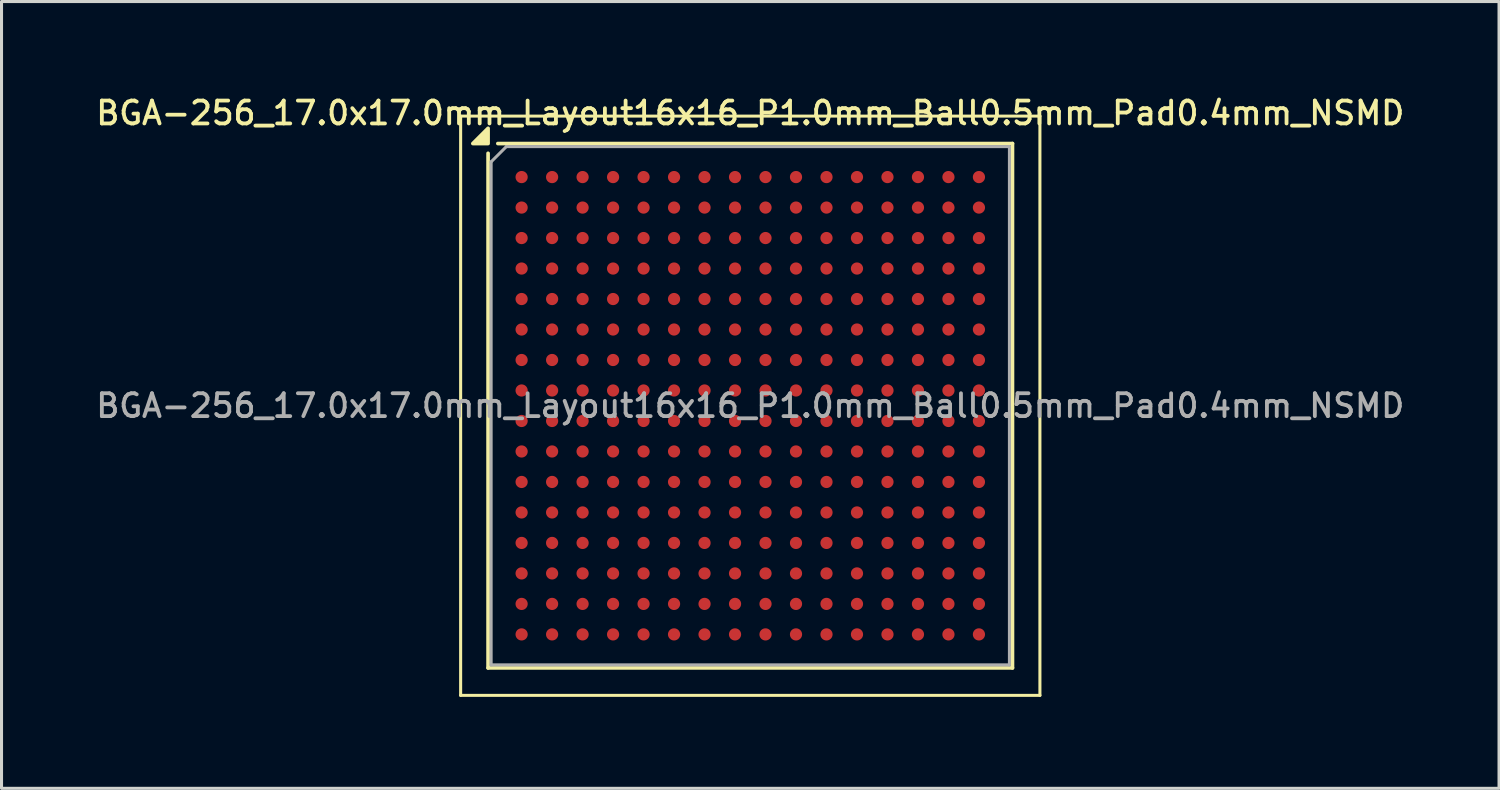
<source format=kicad_pcb>
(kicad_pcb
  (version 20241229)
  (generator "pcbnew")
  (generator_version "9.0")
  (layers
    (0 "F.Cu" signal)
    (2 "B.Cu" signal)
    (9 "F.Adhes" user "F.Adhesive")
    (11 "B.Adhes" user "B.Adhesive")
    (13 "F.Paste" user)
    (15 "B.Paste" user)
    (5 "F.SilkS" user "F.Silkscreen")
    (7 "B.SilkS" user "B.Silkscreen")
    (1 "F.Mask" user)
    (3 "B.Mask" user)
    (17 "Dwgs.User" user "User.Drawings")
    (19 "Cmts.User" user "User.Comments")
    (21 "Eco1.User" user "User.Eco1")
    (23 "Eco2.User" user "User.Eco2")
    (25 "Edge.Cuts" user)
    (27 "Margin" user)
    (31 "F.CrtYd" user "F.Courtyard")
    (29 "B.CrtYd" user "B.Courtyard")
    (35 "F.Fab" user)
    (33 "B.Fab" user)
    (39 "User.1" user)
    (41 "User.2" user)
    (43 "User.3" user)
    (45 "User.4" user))
  (footprint "BGA-256_17.0x17.0mm_Layout16x16_P1.0mm_Ball0.5mm_Pad0.4mm_NSMD"
    (layer "F.Cu")
    (at 21.559 10.258)
    (property "Reference" "BGA-256_17.0x17.0mm_Layout16x16_P1.0mm_Ball0.5mm_Pad0.4mm_NSMD" (at 0 -9.6 0) (layer "F.SilkS") (effects (font (size 0.75 0.75) (thickness 0.125))))
    (attr smd)
    (fp_line (start -9.5 -9.5) (end -9.5 9.5) (stroke (width 0.1) (type solid)) (layer "F.SilkS"))
    (fp_line (start -9.5 -9.5) (end 9.5 -9.5) (stroke (width 0.1) (type solid)) (layer "F.SilkS"))
    (fp_line (start -8.6 -8.28) (end -8.6 8.6) (stroke (width 0.12) (type solid)) (layer "F.SilkS"))
    (fp_line (start -8.6 8.6) (end 8.6 8.6) (stroke (width 0.12) (type solid)) (layer "F.SilkS"))
    (fp_line (start 8.6 -8.6) (end -8.28 -8.6) (stroke (width 0.12) (type solid)) (layer "F.SilkS"))
    (fp_line (start 8.6 8.6) (end 8.6 -8.6) (stroke (width 0.12) (type solid)) (layer "F.SilkS"))
    (fp_line (start 9.5 9.5) (end -9.5 9.5) (stroke (width 0.1) (type solid)) (layer "F.SilkS"))
    (fp_line (start 9.5 9.5) (end 9.5 -9.5) (stroke (width 0.1) (type solid)) (layer "F.SilkS"))
    (fp_poly (pts (xy -8.6 -8.6) (xy -9.1 -8.6) (xy -8.6 -9.1) (xy -8.6 -8.6)) (stroke (width 0.12) (type solid)) (fill yes) (layer "F.SilkS"))
    (fp_line (start -8.5 -8) (end -8.5 8.5) (stroke (width 0.1) (type solid)) (layer "F.Fab"))
    (fp_line (start -8.5 8.5) (end 8.5 8.5) (stroke (width 0.1) (type solid)) (layer "F.Fab"))
    (fp_line (start -8 -8.5) (end -8.5 -8) (stroke (width 0.1) (type solid)) (layer "F.Fab"))
    (fp_line (start 8.5 -8.5) (end -8 -8.5) (stroke (width 0.1) (type solid)) (layer "F.Fab"))
    (fp_line (start 8.5 8.5) (end 8.5 -8.5) (stroke (width 0.1) (type solid)) (layer "F.Fab"))
    (fp_text user "${REFERENCE}" (at 0 0 0) (layer "F.Fab") (effects (font (size 0.75 0.75) (thickness 0.125))))
    (pad "A1" smd circle (at -7.5 -7.5) (size 0.4 0.4) (property pad_prop_bga) (layers "F.Cu" "F.Mask" "F.Paste"))
    (pad "A2" smd circle (at -6.5 -7.5) (size 0.4 0.4) (property pad_prop_bga) (layers "F.Cu" "F.Mask" "F.Paste"))
    (pad "A3" smd circle (at -5.5 -7.5) (size 0.4 0.4) (property pad_prop_bga) (layers "F.Cu" "F.Mask" "F.Paste"))
    (pad "A4" smd circle (at -4.5 -7.5) (size 0.4 0.4) (property pad_prop_bga) (layers "F.Cu" "F.Mask" "F.Paste"))
    (pad "A5" smd circle (at -3.5 -7.5) (size 0.4 0.4) (property pad_prop_bga) (layers "F.Cu" "F.Mask" "F.Paste"))
    (pad "A6" smd circle (at -2.5 -7.5) (size 0.4 0.4) (property pad_prop_bga) (layers "F.Cu" "F.Mask" "F.Paste"))
    (pad "A7" smd circle (at -1.5 -7.5) (size 0.4 0.4) (property pad_prop_bga) (layers "F.Cu" "F.Mask" "F.Paste"))
    (pad "A8" smd circle (at -0.5 -7.5) (size 0.4 0.4) (property pad_prop_bga) (layers "F.Cu" "F.Mask" "F.Paste"))
    (pad "A9" smd circle (at 0.5 -7.5) (size 0.4 0.4) (property pad_prop_bga) (layers "F.Cu" "F.Mask" "F.Paste"))
    (pad "A10" smd circle (at 1.5 -7.5) (size 0.4 0.4) (property pad_prop_bga) (layers "F.Cu" "F.Mask" "F.Paste"))
    (pad "A11" smd circle (at 2.5 -7.5) (size 0.4 0.4) (property pad_prop_bga) (layers "F.Cu" "F.Mask" "F.Paste"))
    (pad "A12" smd circle (at 3.5 -7.5) (size 0.4 0.4) (property pad_prop_bga) (layers "F.Cu" "F.Mask" "F.Paste"))
    (pad "A13" smd circle (at 4.5 -7.5) (size 0.4 0.4) (property pad_prop_bga) (layers "F.Cu" "F.Mask" "F.Paste"))
    (pad "A14" smd circle (at 5.5 -7.5) (size 0.4 0.4) (property pad_prop_bga) (layers "F.Cu" "F.Mask" "F.Paste"))
    (pad "A15" smd circle (at 6.5 -7.5) (size 0.4 0.4) (property pad_prop_bga) (layers "F.Cu" "F.Mask" "F.Paste"))
    (pad "A16" smd circle (at 7.5 -7.5) (size 0.4 0.4) (property pad_prop_bga) (layers "F.Cu" "F.Mask" "F.Paste"))
    (pad "B1" smd circle (at -7.5 -6.5) (size 0.4 0.4) (property pad_prop_bga) (layers "F.Cu" "F.Mask" "F.Paste"))
    (pad "B2" smd circle (at -6.5 -6.5) (size 0.4 0.4) (property pad_prop_bga) (layers "F.Cu" "F.Mask" "F.Paste"))
    (pad "B3" smd circle (at -5.5 -6.5) (size 0.4 0.4) (property pad_prop_bga) (layers "F.Cu" "F.Mask" "F.Paste"))
    (pad "B4" smd circle (at -4.5 -6.5) (size 0.4 0.4) (property pad_prop_bga) (layers "F.Cu" "F.Mask" "F.Paste"))
    (pad "B5" smd circle (at -3.5 -6.5) (size 0.4 0.4) (property pad_prop_bga) (layers "F.Cu" "F.Mask" "F.Paste"))
    (pad "B6" smd circle (at -2.5 -6.5) (size 0.4 0.4) (property pad_prop_bga) (layers "F.Cu" "F.Mask" "F.Paste"))
    (pad "B7" smd circle (at -1.5 -6.5) (size 0.4 0.4) (property pad_prop_bga) (layers "F.Cu" "F.Mask" "F.Paste"))
    (pad "B8" smd circle (at -0.5 -6.5) (size 0.4 0.4) (property pad_prop_bga) (layers "F.Cu" "F.Mask" "F.Paste"))
    (pad "B9" smd circle (at 0.5 -6.5) (size 0.4 0.4) (property pad_prop_bga) (layers "F.Cu" "F.Mask" "F.Paste"))
    (pad "B10" smd circle (at 1.5 -6.5) (size 0.4 0.4) (property pad_prop_bga) (layers "F.Cu" "F.Mask" "F.Paste"))
    (pad "B11" smd circle (at 2.5 -6.5) (size 0.4 0.4) (property pad_prop_bga) (layers "F.Cu" "F.Mask" "F.Paste"))
    (pad "B12" smd circle (at 3.5 -6.5) (size 0.4 0.4) (property pad_prop_bga) (layers "F.Cu" "F.Mask" "F.Paste"))
    (pad "B13" smd circle (at 4.5 -6.5) (size 0.4 0.4) (property pad_prop_bga) (layers "F.Cu" "F.Mask" "F.Paste"))
    (pad "B14" smd circle (at 5.5 -6.5) (size 0.4 0.4) (property pad_prop_bga) (layers "F.Cu" "F.Mask" "F.Paste"))
    (pad "B15" smd circle (at 6.5 -6.5) (size 0.4 0.4) (property pad_prop_bga) (layers "F.Cu" "F.Mask" "F.Paste"))
    (pad "B16" smd circle (at 7.5 -6.5) (size 0.4 0.4) (property pad_prop_bga) (layers "F.Cu" "F.Mask" "F.Paste"))
    (pad "C1" smd circle (at -7.5 -5.5) (size 0.4 0.4) (property pad_prop_bga) (layers "F.Cu" "F.Mask" "F.Paste"))
    (pad "C2" smd circle (at -6.5 -5.5) (size 0.4 0.4) (property pad_prop_bga) (layers "F.Cu" "F.Mask" "F.Paste"))
    (pad "C3" smd circle (at -5.5 -5.5) (size 0.4 0.4) (property pad_prop_bga) (layers "F.Cu" "F.Mask" "F.Paste"))
    (pad "C4" smd circle (at -4.5 -5.5) (size 0.4 0.4) (property pad_prop_bga) (layers "F.Cu" "F.Mask" "F.Paste"))
    (pad "C5" smd circle (at -3.5 -5.5) (size 0.4 0.4) (property pad_prop_bga) (layers "F.Cu" "F.Mask" "F.Paste"))
    (pad "C6" smd circle (at -2.5 -5.5) (size 0.4 0.4) (property pad_prop_bga) (layers "F.Cu" "F.Mask" "F.Paste"))
    (pad "C7" smd circle (at -1.5 -5.5) (size 0.4 0.4) (property pad_prop_bga) (layers "F.Cu" "F.Mask" "F.Paste"))
    (pad "C8" smd circle (at -0.5 -5.5) (size 0.4 0.4) (property pad_prop_bga) (layers "F.Cu" "F.Mask" "F.Paste"))
    (pad "C9" smd circle (at 0.5 -5.5) (size 0.4 0.4) (property pad_prop_bga) (layers "F.Cu" "F.Mask" "F.Paste"))
    (pad "C10" smd circle (at 1.5 -5.5) (size 0.4 0.4) (property pad_prop_bga) (layers "F.Cu" "F.Mask" "F.Paste"))
    (pad "C11" smd circle (at 2.5 -5.5) (size 0.4 0.4) (property pad_prop_bga) (layers "F.Cu" "F.Mask" "F.Paste"))
    (pad "C12" smd circle (at 3.5 -5.5) (size 0.4 0.4) (property pad_prop_bga) (layers "F.Cu" "F.Mask" "F.Paste"))
    (pad "C13" smd circle (at 4.5 -5.5) (size 0.4 0.4) (property pad_prop_bga) (layers "F.Cu" "F.Mask" "F.Paste"))
    (pad "C14" smd circle (at 5.5 -5.5) (size 0.4 0.4) (property pad_prop_bga) (layers "F.Cu" "F.Mask" "F.Paste"))
    (pad "C15" smd circle (at 6.5 -5.5) (size 0.4 0.4) (property pad_prop_bga) (layers "F.Cu" "F.Mask" "F.Paste"))
    (pad "C16" smd circle (at 7.5 -5.5) (size 0.4 0.4) (property pad_prop_bga) (layers "F.Cu" "F.Mask" "F.Paste"))
    (pad "D1" smd circle (at -7.5 -4.5) (size 0.4 0.4) (property pad_prop_bga) (layers "F.Cu" "F.Mask" "F.Paste"))
    (pad "D2" smd circle (at -6.5 -4.5) (size 0.4 0.4) (property pad_prop_bga) (layers "F.Cu" "F.Mask" "F.Paste"))
    (pad "D3" smd circle (at -5.5 -4.5) (size 0.4 0.4) (property pad_prop_bga) (layers "F.Cu" "F.Mask" "F.Paste"))
    (pad "D4" smd circle (at -4.5 -4.5) (size 0.4 0.4) (property pad_prop_bga) (layers "F.Cu" "F.Mask" "F.Paste"))
    (pad "D5" smd circle (at -3.5 -4.5) (size 0.4 0.4) (property pad_prop_bga) (layers "F.Cu" "F.Mask" "F.Paste"))
    (pad "D6" smd circle (at -2.5 -4.5) (size 0.4 0.4) (property pad_prop_bga) (layers "F.Cu" "F.Mask" "F.Paste"))
    (pad "D7" smd circle (at -1.5 -4.5) (size 0.4 0.4) (property pad_prop_bga) (layers "F.Cu" "F.Mask" "F.Paste"))
    (pad "D8" smd circle (at -0.5 -4.5) (size 0.4 0.4) (property pad_prop_bga) (layers "F.Cu" "F.Mask" "F.Paste"))
    (pad "D9" smd circle (at 0.5 -4.5) (size 0.4 0.4) (property pad_prop_bga) (layers "F.Cu" "F.Mask" "F.Paste"))
    (pad "D10" smd circle (at 1.5 -4.5) (size 0.4 0.4) (property pad_prop_bga) (layers "F.Cu" "F.Mask" "F.Paste"))
    (pad "D11" smd circle (at 2.5 -4.5) (size 0.4 0.4) (property pad_prop_bga) (layers "F.Cu" "F.Mask" "F.Paste"))
    (pad "D12" smd circle (at 3.5 -4.5) (size 0.4 0.4) (property pad_prop_bga) (layers "F.Cu" "F.Mask" "F.Paste"))
    (pad "D13" smd circle (at 4.5 -4.5) (size 0.4 0.4) (property pad_prop_bga) (layers "F.Cu" "F.Mask" "F.Paste"))
    (pad "D14" smd circle (at 5.5 -4.5) (size 0.4 0.4) (property pad_prop_bga) (layers "F.Cu" "F.Mask" "F.Paste"))
    (pad "D15" smd circle (at 6.5 -4.5) (size 0.4 0.4) (property pad_prop_bga) (layers "F.Cu" "F.Mask" "F.Paste"))
    (pad "D16" smd circle (at 7.5 -4.5) (size 0.4 0.4) (property pad_prop_bga) (layers "F.Cu" "F.Mask" "F.Paste"))
    (pad "E1" smd circle (at -7.5 -3.5) (size 0.4 0.4) (property pad_prop_bga) (layers "F.Cu" "F.Mask" "F.Paste"))
    (pad "E2" smd circle (at -6.5 -3.5) (size 0.4 0.4) (property pad_prop_bga) (layers "F.Cu" "F.Mask" "F.Paste"))
    (pad "E3" smd circle (at -5.5 -3.5) (size 0.4 0.4) (property pad_prop_bga) (layers "F.Cu" "F.Mask" "F.Paste"))
    (pad "E4" smd circle (at -4.5 -3.5) (size 0.4 0.4) (property pad_prop_bga) (layers "F.Cu" "F.Mask" "F.Paste"))
    (pad "E5" smd circle (at -3.5 -3.5) (size 0.4 0.4) (property pad_prop_bga) (layers "F.Cu" "F.Mask" "F.Paste"))
    (pad "E6" smd circle (at -2.5 -3.5) (size 0.4 0.4) (property pad_prop_bga) (layers "F.Cu" "F.Mask" "F.Paste"))
    (pad "E7" smd circle (at -1.5 -3.5) (size 0.4 0.4) (property pad_prop_bga) (layers "F.Cu" "F.Mask" "F.Paste"))
    (pad "E8" smd circle (at -0.5 -3.5) (size 0.4 0.4) (property pad_prop_bga) (layers "F.Cu" "F.Mask" "F.Paste"))
    (pad "E9" smd circle (at 0.5 -3.5) (size 0.4 0.4) (property pad_prop_bga) (layers "F.Cu" "F.Mask" "F.Paste"))
    (pad "E10" smd circle (at 1.5 -3.5) (size 0.4 0.4) (property pad_prop_bga) (layers "F.Cu" "F.Mask" "F.Paste"))
    (pad "E11" smd circle (at 2.5 -3.5) (size 0.4 0.4) (property pad_prop_bga) (layers "F.Cu" "F.Mask" "F.Paste"))
    (pad "E12" smd circle (at 3.5 -3.5) (size 0.4 0.4) (property pad_prop_bga) (layers "F.Cu" "F.Mask" "F.Paste"))
    (pad "E13" smd circle (at 4.5 -3.5) (size 0.4 0.4) (property pad_prop_bga) (layers "F.Cu" "F.Mask" "F.Paste"))
    (pad "E14" smd circle (at 5.5 -3.5) (size 0.4 0.4) (property pad_prop_bga) (layers "F.Cu" "F.Mask" "F.Paste"))
    (pad "E15" smd circle (at 6.5 -3.5) (size 0.4 0.4) (property pad_prop_bga) (layers "F.Cu" "F.Mask" "F.Paste"))
    (pad "E16" smd circle (at 7.5 -3.5) (size 0.4 0.4) (property pad_prop_bga) (layers "F.Cu" "F.Mask" "F.Paste"))
    (pad "F1" smd circle (at -7.5 -2.5) (size 0.4 0.4) (property pad_prop_bga) (layers "F.Cu" "F.Mask" "F.Paste"))
    (pad "F2" smd circle (at -6.5 -2.5) (size 0.4 0.4) (property pad_prop_bga) (layers "F.Cu" "F.Mask" "F.Paste"))
    (pad "F3" smd circle (at -5.5 -2.5) (size 0.4 0.4) (property pad_prop_bga) (layers "F.Cu" "F.Mask" "F.Paste"))
    (pad "F4" smd circle (at -4.5 -2.5) (size 0.4 0.4) (property pad_prop_bga) (layers "F.Cu" "F.Mask" "F.Paste"))
    (pad "F5" smd circle (at -3.5 -2.5) (size 0.4 0.4) (property pad_prop_bga) (layers "F.Cu" "F.Mask" "F.Paste"))
    (pad "F6" smd circle (at -2.5 -2.5) (size 0.4 0.4) (property pad_prop_bga) (layers "F.Cu" "F.Mask" "F.Paste"))
    (pad "F7" smd circle (at -1.5 -2.5) (size 0.4 0.4) (property pad_prop_bga) (layers "F.Cu" "F.Mask" "F.Paste"))
    (pad "F8" smd circle (at -0.5 -2.5) (size 0.4 0.4) (property pad_prop_bga) (layers "F.Cu" "F.Mask" "F.Paste"))
    (pad "F9" smd circle (at 0.5 -2.5) (size 0.4 0.4) (property pad_prop_bga) (layers "F.Cu" "F.Mask" "F.Paste"))
    (pad "F10" smd circle (at 1.5 -2.5) (size 0.4 0.4) (property pad_prop_bga) (layers "F.Cu" "F.Mask" "F.Paste"))
    (pad "F11" smd circle (at 2.5 -2.5) (size 0.4 0.4) (property pad_prop_bga) (layers "F.Cu" "F.Mask" "F.Paste"))
    (pad "F12" smd circle (at 3.5 -2.5) (size 0.4 0.4) (property pad_prop_bga) (layers "F.Cu" "F.Mask" "F.Paste"))
    (pad "F13" smd circle (at 4.5 -2.5) (size 0.4 0.4) (property pad_prop_bga) (layers "F.Cu" "F.Mask" "F.Paste"))
    (pad "F14" smd circle (at 5.5 -2.5) (size 0.4 0.4) (property pad_prop_bga) (layers "F.Cu" "F.Mask" "F.Paste"))
    (pad "F15" smd circle (at 6.5 -2.5) (size 0.4 0.4) (property pad_prop_bga) (layers "F.Cu" "F.Mask" "F.Paste"))
    (pad "F16" smd circle (at 7.5 -2.5) (size 0.4 0.4) (property pad_prop_bga) (layers "F.Cu" "F.Mask" "F.Paste"))
    (pad "G1" smd circle (at -7.5 -1.5) (size 0.4 0.4) (property pad_prop_bga) (layers "F.Cu" "F.Mask" "F.Paste"))
    (pad "G2" smd circle (at -6.5 -1.5) (size 0.4 0.4) (property pad_prop_bga) (layers "F.Cu" "F.Mask" "F.Paste"))
    (pad "G3" smd circle (at -5.5 -1.5) (size 0.4 0.4) (property pad_prop_bga) (layers "F.Cu" "F.Mask" "F.Paste"))
    (pad "G4" smd circle (at -4.5 -1.5) (size 0.4 0.4) (property pad_prop_bga) (layers "F.Cu" "F.Mask" "F.Paste"))
    (pad "G5" smd circle (at -3.5 -1.5) (size 0.4 0.4) (property pad_prop_bga) (layers "F.Cu" "F.Mask" "F.Paste"))
    (pad "G6" smd circle (at -2.5 -1.5) (size 0.4 0.4) (property pad_prop_bga) (layers "F.Cu" "F.Mask" "F.Paste"))
    (pad "G7" smd circle (at -1.5 -1.5) (size 0.4 0.4) (property pad_prop_bga) (layers "F.Cu" "F.Mask" "F.Paste"))
    (pad "G8" smd circle (at -0.5 -1.5) (size 0.4 0.4) (property pad_prop_bga) (layers "F.Cu" "F.Mask" "F.Paste"))
    (pad "G9" smd circle (at 0.5 -1.5) (size 0.4 0.4) (property pad_prop_bga) (layers "F.Cu" "F.Mask" "F.Paste"))
    (pad "G10" smd circle (at 1.5 -1.5) (size 0.4 0.4) (property pad_prop_bga) (layers "F.Cu" "F.Mask" "F.Paste"))
    (pad "G11" smd circle (at 2.5 -1.5) (size 0.4 0.4) (property pad_prop_bga) (layers "F.Cu" "F.Mask" "F.Paste"))
    (pad "G12" smd circle (at 3.5 -1.5) (size 0.4 0.4) (property pad_prop_bga) (layers "F.Cu" "F.Mask" "F.Paste"))
    (pad "G13" smd circle (at 4.5 -1.5) (size 0.4 0.4) (property pad_prop_bga) (layers "F.Cu" "F.Mask" "F.Paste"))
    (pad "G14" smd circle (at 5.5 -1.5) (size 0.4 0.4) (property pad_prop_bga) (layers "F.Cu" "F.Mask" "F.Paste"))
    (pad "G15" smd circle (at 6.5 -1.5) (size 0.4 0.4) (property pad_prop_bga) (layers "F.Cu" "F.Mask" "F.Paste"))
    (pad "G16" smd circle (at 7.5 -1.5) (size 0.4 0.4) (property pad_prop_bga) (layers "F.Cu" "F.Mask" "F.Paste"))
    (pad "H1" smd circle (at -7.5 -0.5) (size 0.4 0.4) (property pad_prop_bga) (layers "F.Cu" "F.Mask" "F.Paste"))
    (pad "H2" smd circle (at -6.5 -0.5) (size 0.4 0.4) (property pad_prop_bga) (layers "F.Cu" "F.Mask" "F.Paste"))
    (pad "H3" smd circle (at -5.5 -0.5) (size 0.4 0.4) (property pad_prop_bga) (layers "F.Cu" "F.Mask" "F.Paste"))
    (pad "H4" smd circle (at -4.5 -0.5) (size 0.4 0.4) (property pad_prop_bga) (layers "F.Cu" "F.Mask" "F.Paste"))
    (pad "H5" smd circle (at -3.5 -0.5) (size 0.4 0.4) (property pad_prop_bga) (layers "F.Cu" "F.Mask" "F.Paste"))
    (pad "H6" smd circle (at -2.5 -0.5) (size 0.4 0.4) (property pad_prop_bga) (layers "F.Cu" "F.Mask" "F.Paste"))
    (pad "H7" smd circle (at -1.5 -0.5) (size 0.4 0.4) (property pad_prop_bga) (layers "F.Cu" "F.Mask" "F.Paste"))
    (pad "H8" smd circle (at -0.5 -0.5) (size 0.4 0.4) (property pad_prop_bga) (layers "F.Cu" "F.Mask" "F.Paste"))
    (pad "H9" smd circle (at 0.5 -0.5) (size 0.4 0.4) (property pad_prop_bga) (layers "F.Cu" "F.Mask" "F.Paste"))
    (pad "H10" smd circle (at 1.5 -0.5) (size 0.4 0.4) (property pad_prop_bga) (layers "F.Cu" "F.Mask" "F.Paste"))
    (pad "H11" smd circle (at 2.5 -0.5) (size 0.4 0.4) (property pad_prop_bga) (layers "F.Cu" "F.Mask" "F.Paste"))
    (pad "H12" smd circle (at 3.5 -0.5) (size 0.4 0.4) (property pad_prop_bga) (layers "F.Cu" "F.Mask" "F.Paste"))
    (pad "H13" smd circle (at 4.5 -0.5) (size 0.4 0.4) (property pad_prop_bga) (layers "F.Cu" "F.Mask" "F.Paste"))
    (pad "H14" smd circle (at 5.5 -0.5) (size 0.4 0.4) (property pad_prop_bga) (layers "F.Cu" "F.Mask" "F.Paste"))
    (pad "H15" smd circle (at 6.5 -0.5) (size 0.4 0.4) (property pad_prop_bga) (layers "F.Cu" "F.Mask" "F.Paste"))
    (pad "H16" smd circle (at 7.5 -0.5) (size 0.4 0.4) (property pad_prop_bga) (layers "F.Cu" "F.Mask" "F.Paste"))
    (pad "J1" smd circle (at -7.5 0.5) (size 0.4 0.4) (property pad_prop_bga) (layers "F.Cu" "F.Mask" "F.Paste"))
    (pad "J2" smd circle (at -6.5 0.5) (size 0.4 0.4) (property pad_prop_bga) (layers "F.Cu" "F.Mask" "F.Paste"))
    (pad "J3" smd circle (at -5.5 0.5) (size 0.4 0.4) (property pad_prop_bga) (layers "F.Cu" "F.Mask" "F.Paste"))
    (pad "J4" smd circle (at -4.5 0.5) (size 0.4 0.4) (property pad_prop_bga) (layers "F.Cu" "F.Mask" "F.Paste"))
    (pad "J5" smd circle (at -3.5 0.5) (size 0.4 0.4) (property pad_prop_bga) (layers "F.Cu" "F.Mask" "F.Paste"))
    (pad "J6" smd circle (at -2.5 0.5) (size 0.4 0.4) (property pad_prop_bga) (layers "F.Cu" "F.Mask" "F.Paste"))
    (pad "J7" smd circle (at -1.5 0.5) (size 0.4 0.4) (property pad_prop_bga) (layers "F.Cu" "F.Mask" "F.Paste"))
    (pad "J8" smd circle (at -0.5 0.5) (size 0.4 0.4) (property pad_prop_bga) (layers "F.Cu" "F.Mask" "F.Paste"))
    (pad "J9" smd circle (at 0.5 0.5) (size 0.4 0.4) (property pad_prop_bga) (layers "F.Cu" "F.Mask" "F.Paste"))
    (pad "J10" smd circle (at 1.5 0.5) (size 0.4 0.4) (property pad_prop_bga) (layers "F.Cu" "F.Mask" "F.Paste"))
    (pad "J11" smd circle (at 2.5 0.5) (size 0.4 0.4) (property pad_prop_bga) (layers "F.Cu" "F.Mask" "F.Paste"))
    (pad "J12" smd circle (at 3.5 0.5) (size 0.4 0.4) (property pad_prop_bga) (layers "F.Cu" "F.Mask" "F.Paste"))
    (pad "J13" smd circle (at 4.5 0.5) (size 0.4 0.4) (property pad_prop_bga) (layers "F.Cu" "F.Mask" "F.Paste"))
    (pad "J14" smd circle (at 5.5 0.5) (size 0.4 0.4) (property pad_prop_bga) (layers "F.Cu" "F.Mask" "F.Paste"))
    (pad "J15" smd circle (at 6.5 0.5) (size 0.4 0.4) (property pad_prop_bga) (layers "F.Cu" "F.Mask" "F.Paste"))
    (pad "J16" smd circle (at 7.5 0.5) (size 0.4 0.4) (property pad_prop_bga) (layers "F.Cu" "F.Mask" "F.Paste"))
    (pad "K1" smd circle (at -7.5 1.5) (size 0.4 0.4) (property pad_prop_bga) (layers "F.Cu" "F.Mask" "F.Paste"))
    (pad "K2" smd circle (at -6.5 1.5) (size 0.4 0.4) (property pad_prop_bga) (layers "F.Cu" "F.Mask" "F.Paste"))
    (pad "K3" smd circle (at -5.5 1.5) (size 0.4 0.4) (property pad_prop_bga) (layers "F.Cu" "F.Mask" "F.Paste"))
    (pad "K4" smd circle (at -4.5 1.5) (size 0.4 0.4) (property pad_prop_bga) (layers "F.Cu" "F.Mask" "F.Paste"))
    (pad "K5" smd circle (at -3.5 1.5) (size 0.4 0.4) (property pad_prop_bga) (layers "F.Cu" "F.Mask" "F.Paste"))
    (pad "K6" smd circle (at -2.5 1.5) (size 0.4 0.4) (property pad_prop_bga) (layers "F.Cu" "F.Mask" "F.Paste"))
    (pad "K7" smd circle (at -1.5 1.5) (size 0.4 0.4) (property pad_prop_bga) (layers "F.Cu" "F.Mask" "F.Paste"))
    (pad "K8" smd circle (at -0.5 1.5) (size 0.4 0.4) (property pad_prop_bga) (layers "F.Cu" "F.Mask" "F.Paste"))
    (pad "K9" smd circle (at 0.5 1.5) (size 0.4 0.4) (property pad_prop_bga) (layers "F.Cu" "F.Mask" "F.Paste"))
    (pad "K10" smd circle (at 1.5 1.5) (size 0.4 0.4) (property pad_prop_bga) (layers "F.Cu" "F.Mask" "F.Paste"))
    (pad "K11" smd circle (at 2.5 1.5) (size 0.4 0.4) (property pad_prop_bga) (layers "F.Cu" "F.Mask" "F.Paste"))
    (pad "K12" smd circle (at 3.5 1.5) (size 0.4 0.4) (property pad_prop_bga) (layers "F.Cu" "F.Mask" "F.Paste"))
    (pad "K13" smd circle (at 4.5 1.5) (size 0.4 0.4) (property pad_prop_bga) (layers "F.Cu" "F.Mask" "F.Paste"))
    (pad "K14" smd circle (at 5.5 1.5) (size 0.4 0.4) (property pad_prop_bga) (layers "F.Cu" "F.Mask" "F.Paste"))
    (pad "K15" smd circle (at 6.5 1.5) (size 0.4 0.4) (property pad_prop_bga) (layers "F.Cu" "F.Mask" "F.Paste"))
    (pad "K16" smd circle (at 7.5 1.5) (size 0.4 0.4) (property pad_prop_bga) (layers "F.Cu" "F.Mask" "F.Paste"))
    (pad "L1" smd circle (at -7.5 2.5) (size 0.4 0.4) (property pad_prop_bga) (layers "F.Cu" "F.Mask" "F.Paste"))
    (pad "L2" smd circle (at -6.5 2.5) (size 0.4 0.4) (property pad_prop_bga) (layers "F.Cu" "F.Mask" "F.Paste"))
    (pad "L3" smd circle (at -5.5 2.5) (size 0.4 0.4) (property pad_prop_bga) (layers "F.Cu" "F.Mask" "F.Paste"))
    (pad "L4" smd circle (at -4.5 2.5) (size 0.4 0.4) (property pad_prop_bga) (layers "F.Cu" "F.Mask" "F.Paste"))
    (pad "L5" smd circle (at -3.5 2.5) (size 0.4 0.4) (property pad_prop_bga) (layers "F.Cu" "F.Mask" "F.Paste"))
    (pad "L6" smd circle (at -2.5 2.5) (size 0.4 0.4) (property pad_prop_bga) (layers "F.Cu" "F.Mask" "F.Paste"))
    (pad "L7" smd circle (at -1.5 2.5) (size 0.4 0.4) (property pad_prop_bga) (layers "F.Cu" "F.Mask" "F.Paste"))
    (pad "L8" smd circle (at -0.5 2.5) (size 0.4 0.4) (property pad_prop_bga) (layers "F.Cu" "F.Mask" "F.Paste"))
    (pad "L9" smd circle (at 0.5 2.5) (size 0.4 0.4) (property pad_prop_bga) (layers "F.Cu" "F.Mask" "F.Paste"))
    (pad "L10" smd circle (at 1.5 2.5) (size 0.4 0.4) (property pad_prop_bga) (layers "F.Cu" "F.Mask" "F.Paste"))
    (pad "L11" smd circle (at 2.5 2.5) (size 0.4 0.4) (property pad_prop_bga) (layers "F.Cu" "F.Mask" "F.Paste"))
    (pad "L12" smd circle (at 3.5 2.5) (size 0.4 0.4) (property pad_prop_bga) (layers "F.Cu" "F.Mask" "F.Paste"))
    (pad "L13" smd circle (at 4.5 2.5) (size 0.4 0.4) (property pad_prop_bga) (layers "F.Cu" "F.Mask" "F.Paste"))
    (pad "L14" smd circle (at 5.5 2.5) (size 0.4 0.4) (property pad_prop_bga) (layers "F.Cu" "F.Mask" "F.Paste"))
    (pad "L15" smd circle (at 6.5 2.5) (size 0.4 0.4) (property pad_prop_bga) (layers "F.Cu" "F.Mask" "F.Paste"))
    (pad "L16" smd circle (at 7.5 2.5) (size 0.4 0.4) (property pad_prop_bga) (layers "F.Cu" "F.Mask" "F.Paste"))
    (pad "M1" smd circle (at -7.5 3.5) (size 0.4 0.4) (property pad_prop_bga) (layers "F.Cu" "F.Mask" "F.Paste"))
    (pad "M2" smd circle (at -6.5 3.5) (size 0.4 0.4) (property pad_prop_bga) (layers "F.Cu" "F.Mask" "F.Paste"))
    (pad "M3" smd circle (at -5.5 3.5) (size 0.4 0.4) (property pad_prop_bga) (layers "F.Cu" "F.Mask" "F.Paste"))
    (pad "M4" smd circle (at -4.5 3.5) (size 0.4 0.4) (property pad_prop_bga) (layers "F.Cu" "F.Mask" "F.Paste"))
    (pad "M5" smd circle (at -3.5 3.5) (size 0.4 0.4) (property pad_prop_bga) (layers "F.Cu" "F.Mask" "F.Paste"))
    (pad "M6" smd circle (at -2.5 3.5) (size 0.4 0.4) (property pad_prop_bga) (layers "F.Cu" "F.Mask" "F.Paste"))
    (pad "M7" smd circle (at -1.5 3.5) (size 0.4 0.4) (property pad_prop_bga) (layers "F.Cu" "F.Mask" "F.Paste"))
    (pad "M8" smd circle (at -0.5 3.5) (size 0.4 0.4) (property pad_prop_bga) (layers "F.Cu" "F.Mask" "F.Paste"))
    (pad "M9" smd circle (at 0.5 3.5) (size 0.4 0.4) (property pad_prop_bga) (layers "F.Cu" "F.Mask" "F.Paste"))
    (pad "M10" smd circle (at 1.5 3.5) (size 0.4 0.4) (property pad_prop_bga) (layers "F.Cu" "F.Mask" "F.Paste"))
    (pad "M11" smd circle (at 2.5 3.5) (size 0.4 0.4) (property pad_prop_bga) (layers "F.Cu" "F.Mask" "F.Paste"))
    (pad "M12" smd circle (at 3.5 3.5) (size 0.4 0.4) (property pad_prop_bga) (layers "F.Cu" "F.Mask" "F.Paste"))
    (pad "M13" smd circle (at 4.5 3.5) (size 0.4 0.4) (property pad_prop_bga) (layers "F.Cu" "F.Mask" "F.Paste"))
    (pad "M14" smd circle (at 5.5 3.5) (size 0.4 0.4) (property pad_prop_bga) (layers "F.Cu" "F.Mask" "F.Paste"))
    (pad "M15" smd circle (at 6.5 3.5) (size 0.4 0.4) (property pad_prop_bga) (layers "F.Cu" "F.Mask" "F.Paste"))
    (pad "M16" smd circle (at 7.5 3.5) (size 0.4 0.4) (property pad_prop_bga) (layers "F.Cu" "F.Mask" "F.Paste"))
    (pad "N1" smd circle (at -7.5 4.5) (size 0.4 0.4) (property pad_prop_bga) (layers "F.Cu" "F.Mask" "F.Paste"))
    (pad "N2" smd circle (at -6.5 4.5) (size 0.4 0.4) (property pad_prop_bga) (layers "F.Cu" "F.Mask" "F.Paste"))
    (pad "N3" smd circle (at -5.5 4.5) (size 0.4 0.4) (property pad_prop_bga) (layers "F.Cu" "F.Mask" "F.Paste"))
    (pad "N4" smd circle (at -4.5 4.5) (size 0.4 0.4) (property pad_prop_bga) (layers "F.Cu" "F.Mask" "F.Paste"))
    (pad "N5" smd circle (at -3.5 4.5) (size 0.4 0.4) (property pad_prop_bga) (layers "F.Cu" "F.Mask" "F.Paste"))
    (pad "N6" smd circle (at -2.5 4.5) (size 0.4 0.4) (property pad_prop_bga) (layers "F.Cu" "F.Mask" "F.Paste"))
    (pad "N7" smd circle (at -1.5 4.5) (size 0.4 0.4) (property pad_prop_bga) (layers "F.Cu" "F.Mask" "F.Paste"))
    (pad "N8" smd circle (at -0.5 4.5) (size 0.4 0.4) (property pad_prop_bga) (layers "F.Cu" "F.Mask" "F.Paste"))
    (pad "N9" smd circle (at 0.5 4.5) (size 0.4 0.4) (property pad_prop_bga) (layers "F.Cu" "F.Mask" "F.Paste"))
    (pad "N10" smd circle (at 1.5 4.5) (size 0.4 0.4) (property pad_prop_bga) (layers "F.Cu" "F.Mask" "F.Paste"))
    (pad "N11" smd circle (at 2.5 4.5) (size 0.4 0.4) (property pad_prop_bga) (layers "F.Cu" "F.Mask" "F.Paste"))
    (pad "N12" smd circle (at 3.5 4.5) (size 0.4 0.4) (property pad_prop_bga) (layers "F.Cu" "F.Mask" "F.Paste"))
    (pad "N13" smd circle (at 4.5 4.5) (size 0.4 0.4) (property pad_prop_bga) (layers "F.Cu" "F.Mask" "F.Paste"))
    (pad "N14" smd circle (at 5.5 4.5) (size 0.4 0.4) (property pad_prop_bga) (layers "F.Cu" "F.Mask" "F.Paste"))
    (pad "N15" smd circle (at 6.5 4.5) (size 0.4 0.4) (property pad_prop_bga) (layers "F.Cu" "F.Mask" "F.Paste"))
    (pad "N16" smd circle (at 7.5 4.5) (size 0.4 0.4) (property pad_prop_bga) (layers "F.Cu" "F.Mask" "F.Paste"))
    (pad "P1" smd circle (at -7.5 5.5) (size 0.4 0.4) (property pad_prop_bga) (layers "F.Cu" "F.Mask" "F.Paste"))
    (pad "P2" smd circle (at -6.5 5.5) (size 0.4 0.4) (property pad_prop_bga) (layers "F.Cu" "F.Mask" "F.Paste"))
    (pad "P3" smd circle (at -5.5 5.5) (size 0.4 0.4) (property pad_prop_bga) (layers "F.Cu" "F.Mask" "F.Paste"))
    (pad "P4" smd circle (at -4.5 5.5) (size 0.4 0.4) (property pad_prop_bga) (layers "F.Cu" "F.Mask" "F.Paste"))
    (pad "P5" smd circle (at -3.5 5.5) (size 0.4 0.4) (property pad_prop_bga) (layers "F.Cu" "F.Mask" "F.Paste"))
    (pad "P6" smd circle (at -2.5 5.5) (size 0.4 0.4) (property pad_prop_bga) (layers "F.Cu" "F.Mask" "F.Paste"))
    (pad "P7" smd circle (at -1.5 5.5) (size 0.4 0.4) (property pad_prop_bga) (layers "F.Cu" "F.Mask" "F.Paste"))
    (pad "P8" smd circle (at -0.5 5.5) (size 0.4 0.4) (property pad_prop_bga) (layers "F.Cu" "F.Mask" "F.Paste"))
    (pad "P9" smd circle (at 0.5 5.5) (size 0.4 0.4) (property pad_prop_bga) (layers "F.Cu" "F.Mask" "F.Paste"))
    (pad "P10" smd circle (at 1.5 5.5) (size 0.4 0.4) (property pad_prop_bga) (layers "F.Cu" "F.Mask" "F.Paste"))
    (pad "P11" smd circle (at 2.5 5.5) (size 0.4 0.4) (property pad_prop_bga) (layers "F.Cu" "F.Mask" "F.Paste"))
    (pad "P12" smd circle (at 3.5 5.5) (size 0.4 0.4) (property pad_prop_bga) (layers "F.Cu" "F.Mask" "F.Paste"))
    (pad "P13" smd circle (at 4.5 5.5) (size 0.4 0.4) (property pad_prop_bga) (layers "F.Cu" "F.Mask" "F.Paste"))
    (pad "P14" smd circle (at 5.5 5.5) (size 0.4 0.4) (property pad_prop_bga) (layers "F.Cu" "F.Mask" "F.Paste"))
    (pad "P15" smd circle (at 6.5 5.5) (size 0.4 0.4) (property pad_prop_bga) (layers "F.Cu" "F.Mask" "F.Paste"))
    (pad "P16" smd circle (at 7.5 5.5) (size 0.4 0.4) (property pad_prop_bga) (layers "F.Cu" "F.Mask" "F.Paste"))
    (pad "R1" smd circle (at -7.5 6.5) (size 0.4 0.4) (property pad_prop_bga) (layers "F.Cu" "F.Mask" "F.Paste"))
    (pad "R2" smd circle (at -6.5 6.5) (size 0.4 0.4) (property pad_prop_bga) (layers "F.Cu" "F.Mask" "F.Paste"))
    (pad "R3" smd circle (at -5.5 6.5) (size 0.4 0.4) (property pad_prop_bga) (layers "F.Cu" "F.Mask" "F.Paste"))
    (pad "R4" smd circle (at -4.5 6.5) (size 0.4 0.4) (property pad_prop_bga) (layers "F.Cu" "F.Mask" "F.Paste"))
    (pad "R5" smd circle (at -3.5 6.5) (size 0.4 0.4) (property pad_prop_bga) (layers "F.Cu" "F.Mask" "F.Paste"))
    (pad "R6" smd circle (at -2.5 6.5) (size 0.4 0.4) (property pad_prop_bga) (layers "F.Cu" "F.Mask" "F.Paste"))
    (pad "R7" smd circle (at -1.5 6.5) (size 0.4 0.4) (property pad_prop_bga) (layers "F.Cu" "F.Mask" "F.Paste"))
    (pad "R8" smd circle (at -0.5 6.5) (size 0.4 0.4) (property pad_prop_bga) (layers "F.Cu" "F.Mask" "F.Paste"))
    (pad "R9" smd circle (at 0.5 6.5) (size 0.4 0.4) (property pad_prop_bga) (layers "F.Cu" "F.Mask" "F.Paste"))
    (pad "R10" smd circle (at 1.5 6.5) (size 0.4 0.4) (property pad_prop_bga) (layers "F.Cu" "F.Mask" "F.Paste"))
    (pad "R11" smd circle (at 2.5 6.5) (size 0.4 0.4) (property pad_prop_bga) (layers "F.Cu" "F.Mask" "F.Paste"))
    (pad "R12" smd circle (at 3.5 6.5) (size 0.4 0.4) (property pad_prop_bga) (layers "F.Cu" "F.Mask" "F.Paste"))
    (pad "R13" smd circle (at 4.5 6.5) (size 0.4 0.4) (property pad_prop_bga) (layers "F.Cu" "F.Mask" "F.Paste"))
    (pad "R14" smd circle (at 5.5 6.5) (size 0.4 0.4) (property pad_prop_bga) (layers "F.Cu" "F.Mask" "F.Paste"))
    (pad "R15" smd circle (at 6.5 6.5) (size 0.4 0.4) (property pad_prop_bga) (layers "F.Cu" "F.Mask" "F.Paste"))
    (pad "R16" smd circle (at 7.5 6.5) (size 0.4 0.4) (property pad_prop_bga) (layers "F.Cu" "F.Mask" "F.Paste"))
    (pad "T1" smd circle (at -7.5 7.5) (size 0.4 0.4) (property pad_prop_bga) (layers "F.Cu" "F.Mask" "F.Paste"))
    (pad "T2" smd circle (at -6.5 7.5) (size 0.4 0.4) (property pad_prop_bga) (layers "F.Cu" "F.Mask" "F.Paste"))
    (pad "T3" smd circle (at -5.5 7.5) (size 0.4 0.4) (property pad_prop_bga) (layers "F.Cu" "F.Mask" "F.Paste"))
    (pad "T4" smd circle (at -4.5 7.5) (size 0.4 0.4) (property pad_prop_bga) (layers "F.Cu" "F.Mask" "F.Paste"))
    (pad "T5" smd circle (at -3.5 7.5) (size 0.4 0.4) (property pad_prop_bga) (layers "F.Cu" "F.Mask" "F.Paste"))
    (pad "T6" smd circle (at -2.5 7.5) (size 0.4 0.4) (property pad_prop_bga) (layers "F.Cu" "F.Mask" "F.Paste"))
    (pad "T7" smd circle (at -1.5 7.5) (size 0.4 0.4) (property pad_prop_bga) (layers "F.Cu" "F.Mask" "F.Paste"))
    (pad "T8" smd circle (at -0.5 7.5) (size 0.4 0.4) (property pad_prop_bga) (layers "F.Cu" "F.Mask" "F.Paste"))
    (pad "T9" smd circle (at 0.5 7.5) (size 0.4 0.4) (property pad_prop_bga) (layers "F.Cu" "F.Mask" "F.Paste"))
    (pad "T10" smd circle (at 1.5 7.5) (size 0.4 0.4) (property pad_prop_bga) (layers "F.Cu" "F.Mask" "F.Paste"))
    (pad "T11" smd circle (at 2.5 7.5) (size 0.4 0.4) (property pad_prop_bga) (layers "F.Cu" "F.Mask" "F.Paste"))
    (pad "T12" smd circle (at 3.5 7.5) (size 0.4 0.4) (property pad_prop_bga) (layers "F.Cu" "F.Mask" "F.Paste"))
    (pad "T13" smd circle (at 4.5 7.5) (size 0.4 0.4) (property pad_prop_bga) (layers "F.Cu" "F.Mask" "F.Paste"))
    (pad "T14" smd circle (at 5.5 7.5) (size 0.4 0.4) (property pad_prop_bga) (layers "F.Cu" "F.Mask" "F.Paste"))
    (pad "T15" smd circle (at 6.5 7.5) (size 0.4 0.4) (property pad_prop_bga) (layers "F.Cu" "F.Mask" "F.Paste"))
    (pad "T16" smd circle (at 7.5 7.5) (size 0.4 0.4) (property pad_prop_bga) (layers "F.Cu" "F.Mask" "F.Paste")))
  (gr_rect
    (start -3 -3)
    (end 46.118 22.808)
    (stroke (width 0.1) (type default))
    (fill no)
    (layer "Edge.Cuts")))
</source>
